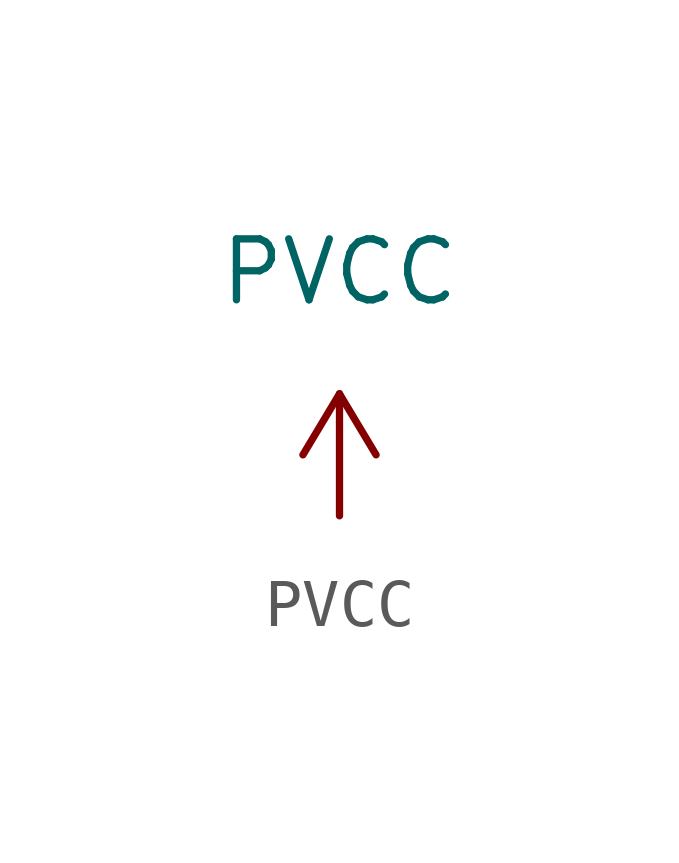
<source format=kicad_sym>
(kicad_symbol_lib
  (version 20211014)
  (generator kicad_symbol_editor)
  (symbol "PVCC"
    (power)
    (pin_names
      (offset 0))
    (property "Reference" "#PWR?"
      (at 0 -3.81 0)
      (effects (font (size 1.27 1.27)) hide))
    (property "Value" "PVCC"
      (at 0 5.08 0)
      (effects (font (size 1.27 1.27))))
    (symbol "PVCC_0_1"
      (polyline (pts (xy -0.762 1.27) (xy 0 2.54)) (stroke (width 0) (type default) (color 0 0 0 0)) (fill (type none)))
      (polyline (pts (xy 0 0) (xy 0 2.54)) (stroke (width 0) (type default) (color 0 0 0 0)) (fill (type none)))
      (polyline (pts (xy 0 2.54) (xy 0.762 1.27)) (stroke (width 0) (type default) (color 0 0 0 0)) (fill (type none))))
    (symbol "PVCC_1_1"
      (pin power_in line (at 0 0 90) (length 0) hide (name "PVCC" (effects (font (size 1.27 1.27)))) (number "1" (effects (font (size 1.27 1.27))))))))
</source>
